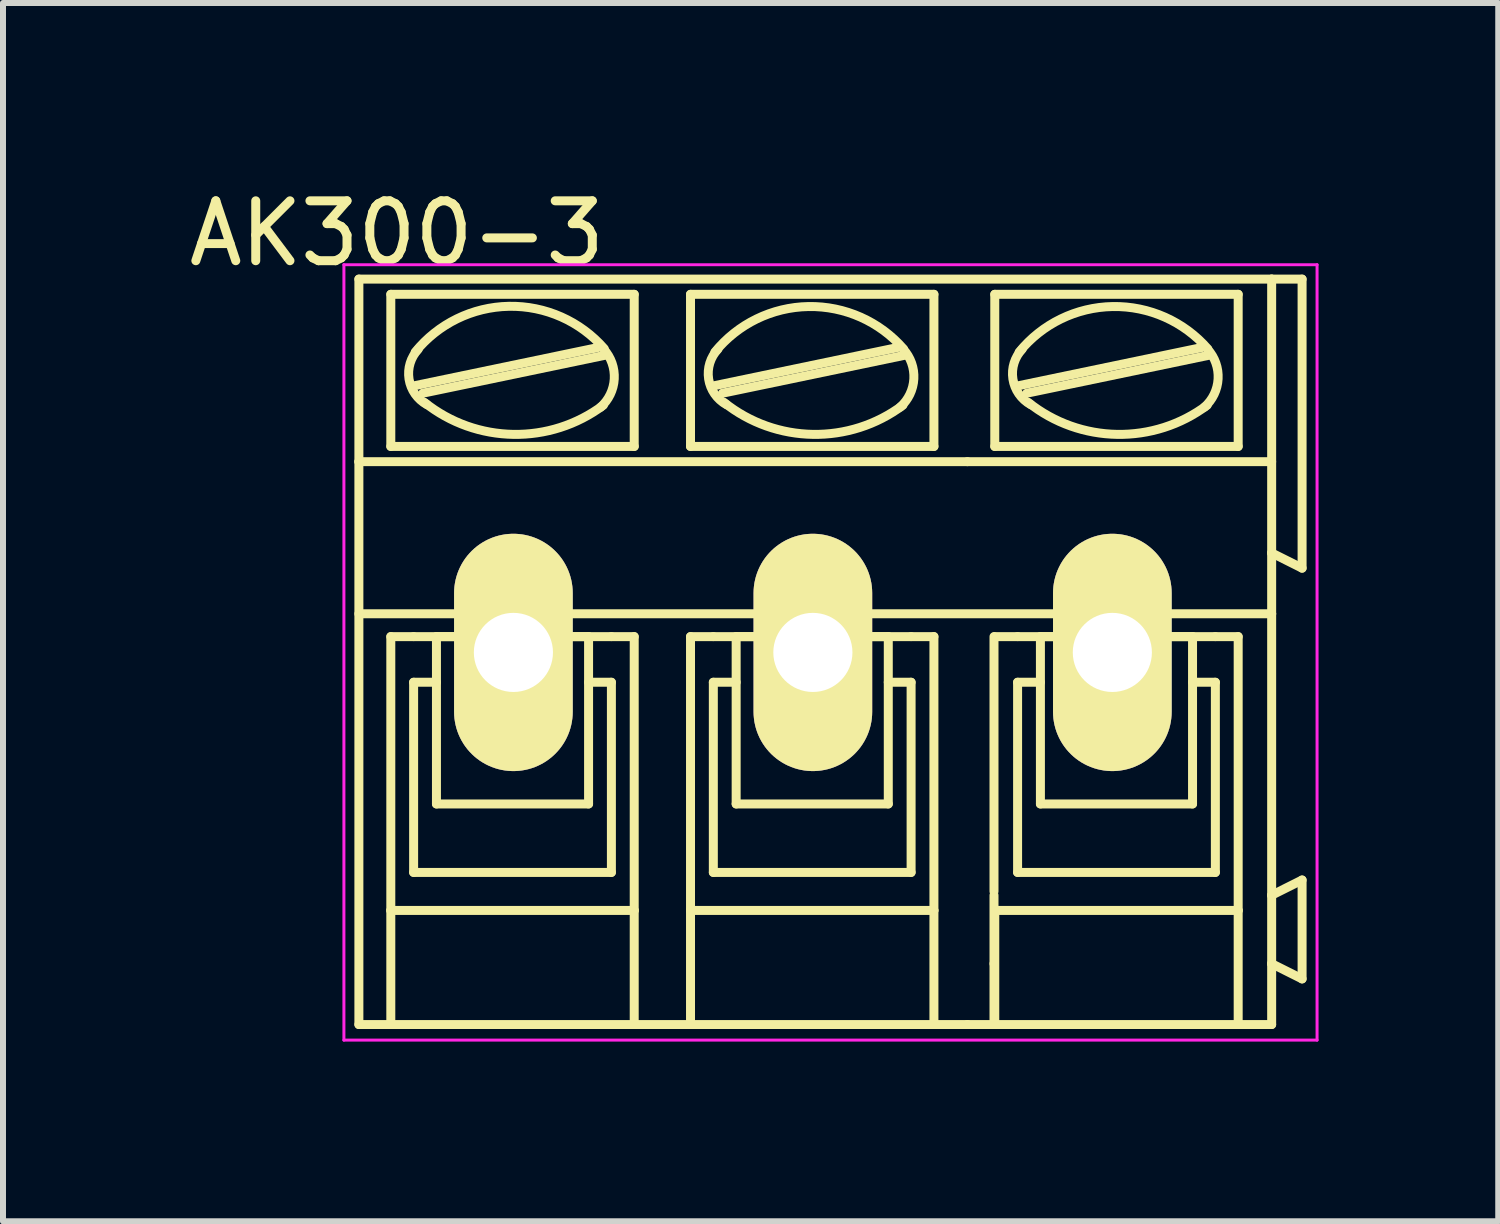
<source format=kicad_pcb>
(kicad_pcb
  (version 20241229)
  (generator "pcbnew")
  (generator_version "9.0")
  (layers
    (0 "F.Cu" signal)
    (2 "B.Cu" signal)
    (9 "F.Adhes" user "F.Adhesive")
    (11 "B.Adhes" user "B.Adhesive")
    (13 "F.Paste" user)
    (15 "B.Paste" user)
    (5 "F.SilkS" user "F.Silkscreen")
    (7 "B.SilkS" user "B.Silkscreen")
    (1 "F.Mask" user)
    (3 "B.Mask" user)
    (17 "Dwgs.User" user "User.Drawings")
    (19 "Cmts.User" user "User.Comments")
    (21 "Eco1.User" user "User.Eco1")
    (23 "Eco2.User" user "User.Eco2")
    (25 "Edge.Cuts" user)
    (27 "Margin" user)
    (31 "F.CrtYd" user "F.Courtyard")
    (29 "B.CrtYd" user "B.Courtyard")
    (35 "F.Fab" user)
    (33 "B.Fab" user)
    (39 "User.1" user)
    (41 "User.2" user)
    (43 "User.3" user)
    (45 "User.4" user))
  (footprint "AK300-3"
    (layer "F.Cu")
    (at 5.522 7.843)
    (property "Reference" "AK300-3" (at -1.945 -6.995 0) (layer "F.SilkS") (effects (font (size 1 1) (thickness 0.15))))
    (attr exclude_from_pos_files exclude_from_bom)
    (fp_line (start -2.58 -6.233) (end 12.66 -6.233) (stroke (width 0.15) (type solid)) (layer "F.SilkS"))
    (fp_line (start -2.58 -3.185) (end -2.58 -6.233) (stroke (width 0.15) (type solid)) (layer "F.SilkS"))
    (fp_line (start -2.58 -3.185) (end 7.58 -3.185) (stroke (width 0.15) (type solid)) (layer "F.SilkS"))
    (fp_line (start -2.58 -0.645) (end -2.58 -3.185) (stroke (width 0.15) (type solid)) (layer "F.SilkS"))
    (fp_line (start -2.58 6.213) (end -2.58 -0.645) (stroke (width 0.15) (type solid)) (layer "F.SilkS"))
    (fp_line (start -2.58 6.213) (end -2.047 6.213) (stroke (width 0.15) (type solid)) (layer "F.SilkS"))
    (fp_line (start -2.047 -3.439) (end -2.047 -5.979) (stroke (width 0.15) (type solid)) (layer "F.SilkS"))
    (fp_line (start -2.047 -0.264) (end -2.047 4.308) (stroke (width 0.15) (type solid)) (layer "F.SilkS"))
    (fp_line (start -2.047 -0.264) (end -1.666 -0.264) (stroke (width 0.15) (type solid)) (layer "F.SilkS"))
    (fp_line (start -2.047 4.308) (end -2.047 6.213) (stroke (width 0.15) (type solid)) (layer "F.SilkS"))
    (fp_line (start -2.047 6.213) (end 2.017 6.213) (stroke (width 0.15) (type solid)) (layer "F.SilkS"))
    (fp_line (start -1.666 0.498) (end -1.285 0.498) (stroke (width 0.15) (type solid)) (layer "F.SilkS"))
    (fp_line (start -1.666 3.673) (end -1.666 0.498) (stroke (width 0.15) (type solid)) (layer "F.SilkS"))
    (fp_line (start -1.64 -4.455) (end 1.41 -5.09) (stroke (width 0.15) (type solid)) (layer "F.SilkS"))
    (fp_line (start -1.513 -4.328) (end 1.535 -4.963) (stroke (width 0.15) (type solid)) (layer "F.SilkS"))
    (fp_line (start -1.285 -0.264) (end 1.255 -0.264) (stroke (width 0.15) (type solid)) (layer "F.SilkS"))
    (fp_line (start -1.285 2.53) (end -1.285 -0.264) (stroke (width 0.15) (type solid)) (layer "F.SilkS"))
    (fp_line (start -1.285 2.53) (end 1.255 2.53) (stroke (width 0.15) (type solid)) (layer "F.SilkS"))
    (fp_line (start 1.255 2.53) (end 1.255 -0.264) (stroke (width 0.15) (type solid)) (layer "F.SilkS"))
    (fp_line (start 1.636 -0.264) (end -1.666 -0.264) (stroke (width 0.15) (type solid)) (layer "F.SilkS"))
    (fp_line (start 1.636 0.498) (end 1.255 0.498) (stroke (width 0.15) (type solid)) (layer "F.SilkS"))
    (fp_line (start 1.636 3.673) (end -1.666 3.673) (stroke (width 0.15) (type solid)) (layer "F.SilkS"))
    (fp_line (start 1.636 3.673) (end 1.636 0.498) (stroke (width 0.15) (type solid)) (layer "F.SilkS"))
    (fp_line (start 2.017 -5.979) (end -2.047 -5.979) (stroke (width 0.15) (type solid)) (layer "F.SilkS"))
    (fp_line (start 2.017 -3.439) (end -2.047 -3.439) (stroke (width 0.15) (type solid)) (layer "F.SilkS"))
    (fp_line (start 2.017 -3.439) (end 2.017 -5.979) (stroke (width 0.15) (type solid)) (layer "F.SilkS"))
    (fp_line (start 2.017 -0.264) (end 1.636 -0.264) (stroke (width 0.15) (type solid)) (layer "F.SilkS"))
    (fp_line (start 2.017 4.308) (end -2.047 4.308) (stroke (width 0.15) (type solid)) (layer "F.SilkS"))
    (fp_line (start 2.017 4.308) (end 2.017 -0.264) (stroke (width 0.15) (type solid)) (layer "F.SilkS"))
    (fp_line (start 2.017 6.213) (end 2.017 4.308) (stroke (width 0.15) (type solid)) (layer "F.SilkS"))
    (fp_line (start 2.017 6.213) (end 2.957 6.213) (stroke (width 0.15) (type solid)) (layer "F.SilkS"))
    (fp_line (start 2.957 -5.979) (end 7.021 -5.979) (stroke (width 0.15) (type solid)) (layer "F.SilkS"))
    (fp_line (start 2.957 -3.439) (end 2.957 -5.979) (stroke (width 0.15) (type solid)) (layer "F.SilkS"))
    (fp_line (start 2.957 -0.264) (end 3.338 -0.264) (stroke (width 0.15) (type solid)) (layer "F.SilkS"))
    (fp_line (start 2.957 4.308) (end 2.957 -0.264) (stroke (width 0.15) (type solid)) (layer "F.SilkS"))
    (fp_line (start 2.957 4.308) (end 7.021 4.308) (stroke (width 0.15) (type solid)) (layer "F.SilkS"))
    (fp_line (start 2.957 6.213) (end 2.957 4.308) (stroke (width 0.15) (type solid)) (layer "F.SilkS"))
    (fp_line (start 2.957 6.213) (end 7.021 6.213) (stroke (width 0.15) (type solid)) (layer "F.SilkS"))
    (fp_line (start 3.338 -0.264) (end 6.64 -0.264) (stroke (width 0.15) (type solid)) (layer "F.SilkS"))
    (fp_line (start 3.338 0.498) (end 3.719 0.498) (stroke (width 0.15) (type solid)) (layer "F.SilkS"))
    (fp_line (start 3.338 3.673) (end 3.338 0.498) (stroke (width 0.15) (type solid)) (layer "F.SilkS"))
    (fp_line (start 3.364 -4.455) (end 6.412 -5.09) (stroke (width 0.15) (type solid)) (layer "F.SilkS"))
    (fp_line (start 3.491 -4.328) (end 6.539 -4.963) (stroke (width 0.15) (type solid)) (layer "F.SilkS"))
    (fp_line (start 3.719 -0.264) (end 6.259 -0.264) (stroke (width 0.15) (type solid)) (layer "F.SilkS"))
    (fp_line (start 3.719 2.53) (end 3.719 -0.264) (stroke (width 0.15) (type solid)) (layer "F.SilkS"))
    (fp_line (start 3.719 2.53) (end 6.259 2.53) (stroke (width 0.15) (type solid)) (layer "F.SilkS"))
    (fp_line (start 6.259 2.53) (end 6.259 -0.264) (stroke (width 0.15) (type solid)) (layer "F.SilkS"))
    (fp_line (start 6.64 0.498) (end 6.259 0.498) (stroke (width 0.15) (type solid)) (layer "F.SilkS"))
    (fp_line (start 6.64 3.673) (end 3.338 3.673) (stroke (width 0.15) (type solid)) (layer "F.SilkS"))
    (fp_line (start 6.64 3.673) (end 6.64 0.498) (stroke (width 0.15) (type solid)) (layer "F.SilkS"))
    (fp_line (start 7.021 -5.979) (end 7.021 -3.439) (stroke (width 0.15) (type solid)) (layer "F.SilkS"))
    (fp_line (start 7.021 -3.439) (end 2.957 -3.439) (stroke (width 0.15) (type solid)) (layer "F.SilkS"))
    (fp_line (start 7.021 -0.264) (end 6.64 -0.264) (stroke (width 0.15) (type solid)) (layer "F.SilkS"))
    (fp_line (start 7.021 -0.264) (end 7.021 4.308) (stroke (width 0.15) (type solid)) (layer "F.SilkS"))
    (fp_line (start 7.021 4.308) (end 7.021 6.213) (stroke (width 0.15) (type solid)) (layer "F.SilkS"))
    (fp_line (start 7.021 6.213) (end 7.58 6.213) (stroke (width 0.15) (type solid)) (layer "F.SilkS"))
    (fp_line (start 7.58 -3.185) (end 12.597 -3.185) (stroke (width 0.15) (type solid)) (layer "F.SilkS"))
    (fp_line (start 8.024 3.99) (end 8.024 -0.264) (stroke (width 0.15) (type solid)) (layer "F.SilkS"))
    (fp_line (start 8.024 4.054) (end 8.024 5.197) (stroke (width 0.15) (type solid)) (layer "F.SilkS"))
    (fp_line (start 8.024 5.197) (end 8.024 6.213) (stroke (width 0.15) (type solid)) (layer "F.SilkS"))
    (fp_line (start 8.037 -5.979) (end 12.101 -5.979) (stroke (width 0.15) (type solid)) (layer "F.SilkS"))
    (fp_line (start 8.037 -3.439) (end 8.037 -5.979) (stroke (width 0.15) (type solid)) (layer "F.SilkS"))
    (fp_line (start 8.037 -0.264) (end 8.418 -0.264) (stroke (width 0.15) (type solid)) (layer "F.SilkS"))
    (fp_line (start 8.037 4.308) (end 12.101 4.308) (stroke (width 0.15) (type solid)) (layer "F.SilkS"))
    (fp_line (start 8.037 6.213) (end 8.037 4.308) (stroke (width 0.15) (type solid)) (layer "F.SilkS"))
    (fp_line (start 8.418 -0.264) (end 11.72 -0.264) (stroke (width 0.15) (type solid)) (layer "F.SilkS"))
    (fp_line (start 8.418 0.498) (end 8.799 0.498) (stroke (width 0.15) (type solid)) (layer "F.SilkS"))
    (fp_line (start 8.418 3.673) (end 8.418 0.498) (stroke (width 0.15) (type solid)) (layer "F.SilkS"))
    (fp_line (start 8.444 -4.455) (end 11.492 -5.09) (stroke (width 0.15) (type solid)) (layer "F.SilkS"))
    (fp_line (start 8.571 -4.328) (end 11.619 -4.963) (stroke (width 0.15) (type solid)) (layer "F.SilkS"))
    (fp_line (start 8.799 -0.264) (end 11.339 -0.264) (stroke (width 0.15) (type solid)) (layer "F.SilkS"))
    (fp_line (start 8.799 2.53) (end 8.799 -0.264) (stroke (width 0.15) (type solid)) (layer "F.SilkS"))
    (fp_line (start 8.799 2.53) (end 11.339 2.53) (stroke (width 0.15) (type solid)) (layer "F.SilkS"))
    (fp_line (start 11.339 2.53) (end 11.339 -0.264) (stroke (width 0.15) (type solid)) (layer "F.SilkS"))
    (fp_line (start 11.72 0.498) (end 11.339 0.498) (stroke (width 0.15) (type solid)) (layer "F.SilkS"))
    (fp_line (start 11.72 3.673) (end 8.418 3.673) (stroke (width 0.15) (type solid)) (layer "F.SilkS"))
    (fp_line (start 11.72 3.673) (end 11.72 0.498) (stroke (width 0.15) (type solid)) (layer "F.SilkS"))
    (fp_line (start 12.088 6.213) (end 7.58 6.213) (stroke (width 0.15) (type solid)) (layer "F.SilkS"))
    (fp_line (start 12.101 -5.979) (end 12.101 -3.439) (stroke (width 0.15) (type solid)) (layer "F.SilkS"))
    (fp_line (start 12.101 -3.439) (end 8.037 -3.439) (stroke (width 0.15) (type solid)) (layer "F.SilkS"))
    (fp_line (start 12.101 -0.264) (end 11.72 -0.264) (stroke (width 0.15) (type solid)) (layer "F.SilkS"))
    (fp_line (start 12.101 -0.264) (end 12.101 4.308) (stroke (width 0.15) (type solid)) (layer "F.SilkS"))
    (fp_line (start 12.101 4.308) (end 12.101 6.213) (stroke (width 0.15) (type solid)) (layer "F.SilkS"))
    (fp_line (start 12.101 6.213) (end 12.66 6.213) (stroke (width 0.15) (type solid)) (layer "F.SilkS"))
    (fp_line (start 12.66 -6.233) (end 12.66 -3.185) (stroke (width 0.15) (type solid)) (layer "F.SilkS"))
    (fp_line (start 12.66 -6.233) (end 13.168 -6.233) (stroke (width 0.15) (type solid)) (layer "F.SilkS"))
    (fp_line (start 12.66 -3.185) (end 12.66 -1.661) (stroke (width 0.15) (type solid)) (layer "F.SilkS"))
    (fp_line (start 12.66 -1.661) (end 12.66 -0.645) (stroke (width 0.15) (type solid)) (layer "F.SilkS"))
    (fp_line (start 12.66 -0.645) (end -2.517 -0.645) (stroke (width 0.15) (type solid)) (layer "F.SilkS"))
    (fp_line (start 12.66 -0.645) (end 12.66 4.054) (stroke (width 0.15) (type solid)) (layer "F.SilkS"))
    (fp_line (start 12.66 4.054) (end 12.66 5.197) (stroke (width 0.15) (type solid)) (layer "F.SilkS"))
    (fp_line (start 12.66 5.197) (end 12.66 6.213) (stroke (width 0.15) (type solid)) (layer "F.SilkS"))
    (fp_line (start 13.168 -6.233) (end 13.168 -1.407) (stroke (width 0.15) (type solid)) (layer "F.SilkS"))
    (fp_line (start 13.168 -1.407) (end 12.66 -1.661) (stroke (width 0.15) (type solid)) (layer "F.SilkS"))
    (fp_line (start 13.168 3.8) (end 12.66 4.054) (stroke (width 0.15) (type solid)) (layer "F.SilkS"))
    (fp_line (start 13.168 3.8) (end 13.168 5.451) (stroke (width 0.15) (type solid)) (layer "F.SilkS"))
    (fp_line (start 13.168 5.451) (end 12.66 5.197) (stroke (width 0.15) (type solid)) (layer "F.SilkS"))
    (fp_arc (start -1.6402 -5.0138) (mid -0.075347 -5.778837) (end 1.516573 -5.071847) (stroke (width 0.15) (type solid)) (layer "F.SilkS"))
    (fp_arc (start -1.44462 -4.1375) (mid -1.742784 -4.563845) (end -1.58952 -5.061019) (stroke (width 0.15) (type solid)) (layer "F.SilkS"))
    (fp_arc (start 1.50178 -4.12734) (mid -0.000269 -3.640479) (end -1.485988 -4.175104) (stroke (width 0.15) (type solid)) (layer "F.SilkS"))
    (fp_arc (start 1.5094 -5.06206) (mid 1.683736 -4.565962) (end 1.45415 -4.09289) (stroke (width 0.15) (type solid)) (layer "F.SilkS"))
    (fp_arc (start 3.3636 -5.0138) (mid 4.926638 -5.774946) (end 6.514411 -5.066844) (stroke (width 0.15) (type solid)) (layer "F.SilkS"))
    (fp_arc (start 3.55664 -4.1375) (mid 3.259456 -4.565849) (end 3.414903 -5.063481) (stroke (width 0.15) (type solid)) (layer "F.SilkS"))
    (fp_arc (start 6.50304 -4.12734) (mid 5.000991 -3.640479) (end 3.515272 -4.175104) (stroke (width 0.15) (type solid)) (layer "F.SilkS"))
    (fp_arc (start 6.51066 -5.06206) (mid 6.685748 -4.567765) (end 6.457972 -4.095429) (stroke (width 0.15) (type solid)) (layer "F.SilkS"))
    (fp_arc (start 8.4436 -5.0138) (mid 10.006638 -5.774946) (end 11.594411 -5.066844) (stroke (width 0.15) (type solid)) (layer "F.SilkS"))
    (fp_arc (start 8.63664 -4.1375) (mid 8.339456 -4.565849) (end 8.494903 -5.063481) (stroke (width 0.15) (type solid)) (layer "F.SilkS"))
    (fp_arc (start 11.58304 -4.12734) (mid 10.080991 -3.640479) (end 8.595272 -4.175104) (stroke (width 0.15) (type solid)) (layer "F.SilkS"))
    (fp_arc (start 11.59066 -5.06206) (mid 11.765748 -4.567765) (end 11.537972 -4.095429) (stroke (width 0.15) (type solid)) (layer "F.SilkS"))
    (fp_line (start -2.83 -6.473) (end -2.83 6.473) (stroke (width 0.05) (type solid)) (layer "F.CrtYd"))
    (fp_line (start -2.83 6.473) (end 13.418 6.473) (stroke (width 0.05) (type solid)) (layer "F.CrtYd"))
    (fp_line (start 13.418 -6.473) (end -2.83 -6.473) (stroke (width 0.05) (type solid)) (layer "F.CrtYd"))
    (fp_line (start 13.418 6.473) (end 13.418 -6.473) (stroke (width 0.05) (type solid)) (layer "F.CrtYd"))
    (pad "1" thru_hole oval (at 0 0) (size 1.981 3.962) (drill 1.321) (layers "*.Cu" "F.Mask" "F.SilkS" "F.Paste"))
    (pad "2" thru_hole oval (at 5 0) (size 1.981 3.962) (drill 1.321) (layers "*.Cu" "F.Mask" "F.SilkS" "F.Paste"))
    (pad "3" thru_hole oval (at 10 0) (size 1.981 3.962) (drill 1.321) (layers "*.Cu" "F.Mask" "F.SilkS" "F.Paste")))
  (gr_rect
    (start -3 -3)
    (end 21.965 17.341)
    (stroke (width 0.1) (type default))
    (fill no)
    (layer "Edge.Cuts")))
</source>
